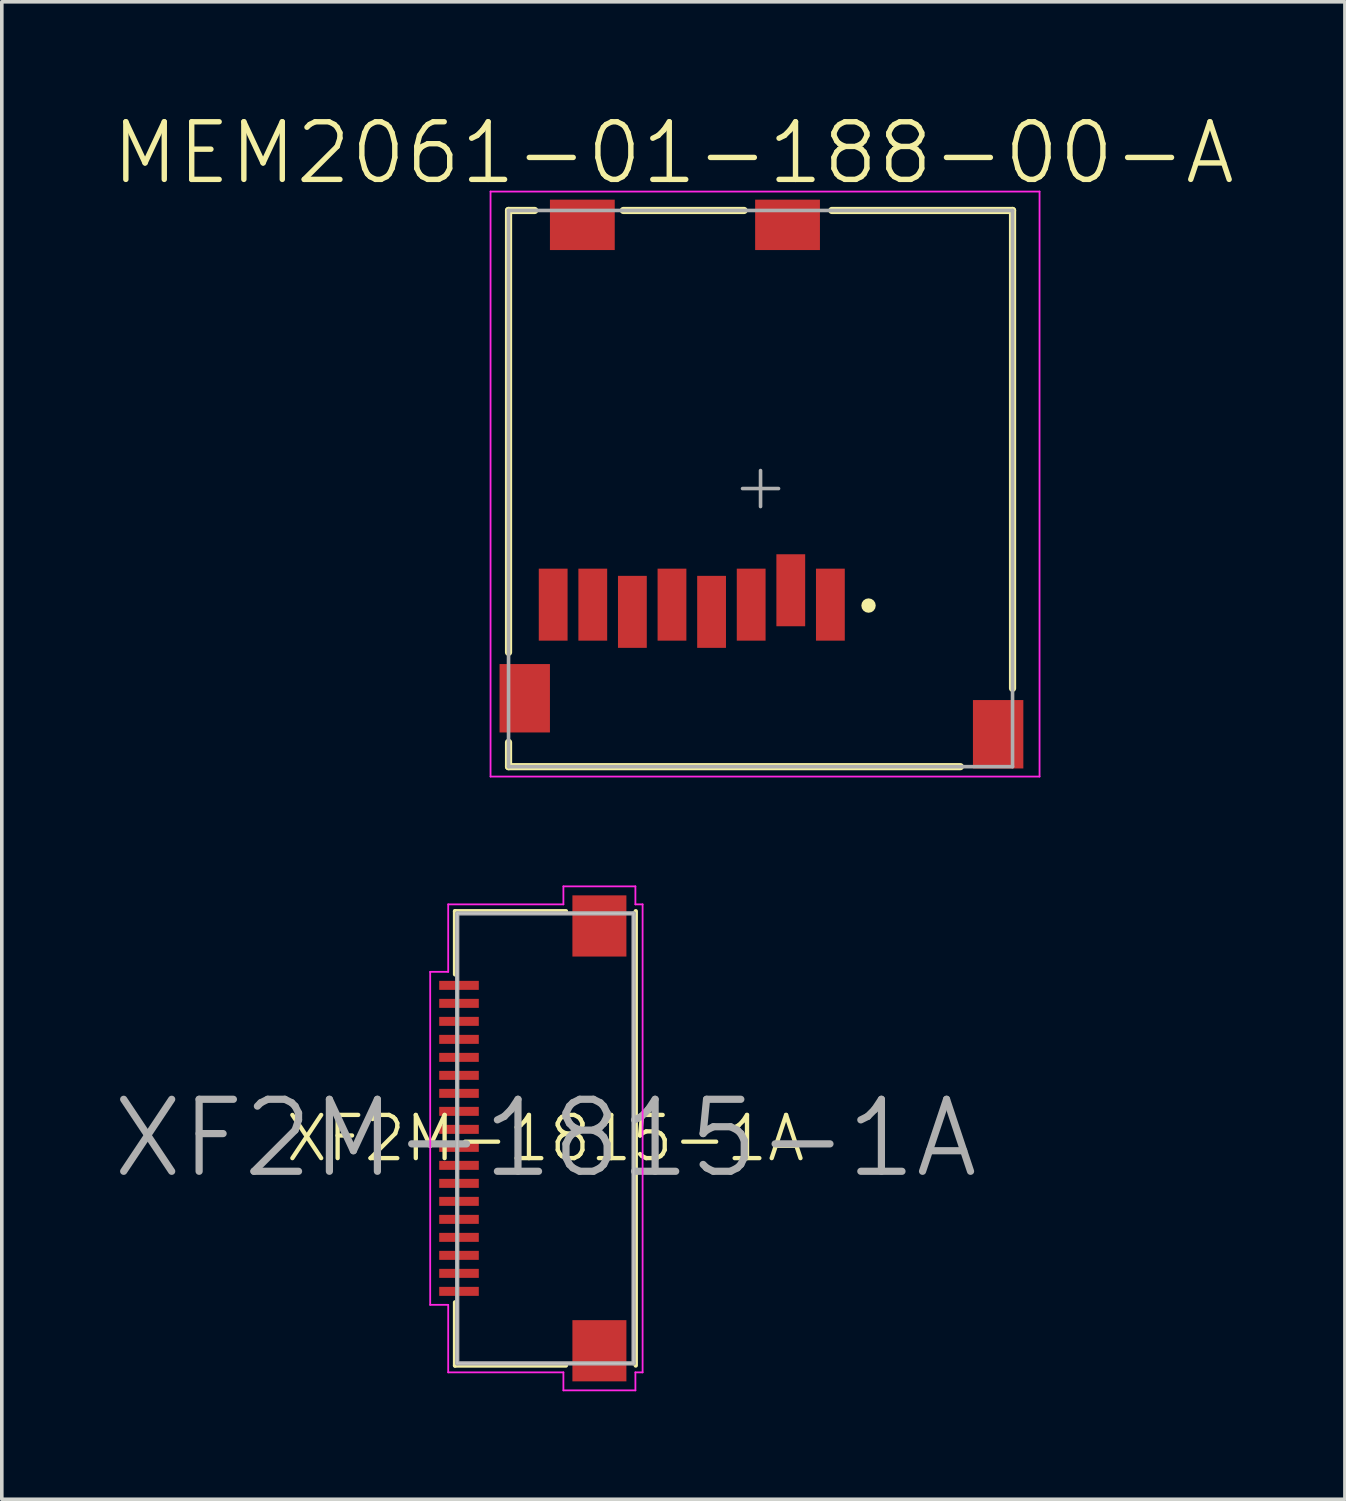
<source format=kicad_pcb>
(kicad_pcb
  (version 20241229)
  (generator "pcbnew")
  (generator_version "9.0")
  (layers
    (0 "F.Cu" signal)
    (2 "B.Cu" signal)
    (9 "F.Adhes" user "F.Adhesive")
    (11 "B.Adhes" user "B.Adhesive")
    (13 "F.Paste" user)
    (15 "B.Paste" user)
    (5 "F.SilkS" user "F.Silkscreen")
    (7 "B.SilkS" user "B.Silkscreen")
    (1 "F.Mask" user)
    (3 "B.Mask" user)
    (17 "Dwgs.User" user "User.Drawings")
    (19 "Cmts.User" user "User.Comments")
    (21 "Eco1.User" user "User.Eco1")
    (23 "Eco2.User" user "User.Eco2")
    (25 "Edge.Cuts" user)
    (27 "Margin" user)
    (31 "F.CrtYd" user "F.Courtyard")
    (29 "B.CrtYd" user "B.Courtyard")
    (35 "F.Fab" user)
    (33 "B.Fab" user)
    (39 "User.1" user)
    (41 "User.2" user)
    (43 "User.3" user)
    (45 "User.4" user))
  (footprint "MEM2061-01-188-00-A"
    (layer "F.Cu")
    (at 18.076 10.521)
    (property "Reference" "MEM2061-01-188-00-A" (at -2.421 -9.321 0) (layer "F.SilkS") (effects (font (size 1.601 1.601) (thickness 0.15))))
    (attr smd)
    (fp_line (start -7 -7.725) (end -6.274 -7.725) (stroke (width 0.2) (type solid)) (layer "F.SilkS"))
    (fp_line (start -7 4.55) (end -7 -7.725) (stroke (width 0.2) (type solid)) (layer "F.SilkS"))
    (fp_line (start -7 7.725) (end -7 7.05) (stroke (width 0.2) (type solid)) (layer "F.SilkS"))
    (fp_line (start -7 7.725) (end 5.55 7.725) (stroke (width 0.2) (type solid)) (layer "F.SilkS"))
    (fp_line (start -3.81 -7.725) (end -0.457 -7.725) (stroke (width 0.2) (type solid)) (layer "F.SilkS"))
    (fp_line (start 1.981 -7.725) (end 7 -7.725) (stroke (width 0.2) (type solid)) (layer "F.SilkS"))
    (fp_line (start 7 5.55) (end 7 -7.725) (stroke (width 0.2) (type solid)) (layer "F.SilkS"))
    (fp_circle (center 3 3.25) (end 3.1 3.25) (stroke (width 0.2) (type solid)) (fill no) (layer "F.SilkS"))
    (fp_line (start -7.5 -8.25) (end 7.75 -8.25) (stroke (width 0.05) (type solid)) (layer "F.CrtYd"))
    (fp_line (start -7.5 8) (end -7.5 -8.25) (stroke (width 0.05) (type solid)) (layer "F.CrtYd"))
    (fp_line (start 7.75 -8.25) (end 7.75 8) (stroke (width 0.05) (type solid)) (layer "F.CrtYd"))
    (fp_line (start 7.75 8) (end -7.5 8) (stroke (width 0.05) (type solid)) (layer "F.CrtYd"))
    (fp_line (start -7 -7.725) (end 7 -7.725) (stroke (width 0.1) (type solid)) (layer "F.Fab"))
    (fp_line (start -7 7.725) (end -7 -7.725) (stroke (width 0.1) (type solid)) (layer "F.Fab"))
    (fp_line (start -7 7.725) (end 7 7.725) (stroke (width 0.1) (type solid)) (layer "F.Fab"))
    (fp_line (start -0.5 0) (end 0.5 0) (stroke (width 0.1) (type solid)) (layer "F.Fab"))
    (fp_line (start 0 0.5) (end 0 -0.5) (stroke (width 0.1) (type solid)) (layer "F.Fab"))
    (fp_line (start 7 7.725) (end 7 -7.725) (stroke (width 0.1) (type solid)) (layer "F.Fab"))
    (pad "" smd rect (at 6.6 6.825) (size 1.4 1.9) (layers "F.Cu" "F.Mask" "F.Paste"))
    (pad "1" smd rect (at 1.94 3.225) (size 0.8 2) (layers "F.Cu" "F.Mask" "F.Paste"))
    (pad "2" smd rect (at 0.84 2.825) (size 0.8 2) (layers "F.Cu" "F.Mask" "F.Paste"))
    (pad "3" smd rect (at -0.26 3.225) (size 0.8 2) (layers "F.Cu" "F.Mask" "F.Paste"))
    (pad "4" smd rect (at -1.36 3.425) (size 0.8 2) (layers "F.Cu" "F.Mask" "F.Paste"))
    (pad "5" smd rect (at -2.46 3.225) (size 0.8 2) (layers "F.Cu" "F.Mask" "F.Paste"))
    (pad "6" smd rect (at -3.56 3.425) (size 0.8 2) (layers "F.Cu" "F.Mask" "F.Paste"))
    (pad "7" smd rect (at -4.66 3.225) (size 0.8 2) (layers "F.Cu" "F.Mask" "F.Paste"))
    (pad "8" smd rect (at -5.76 3.225) (size 0.8 2) (layers "F.Cu" "F.Mask" "F.Paste"))
    (pad "9" smd rect (at -4.95 -7.325) (size 1.8 1.4) (layers "F.Cu" "F.Mask" "F.Paste"))
    (pad "10" smd rect (at 0.75 -7.325) (size 1.8 1.4) (layers "F.Cu" "F.Mask" "F.Paste"))
    (pad "11" smd rect (at -6.55 5.825) (size 1.4 1.9) (layers "F.Cu" "F.Mask" "F.Paste"))
    (zone (net_name "") (layer "F.Cu") (hatch full 0.508) (connect_pads) (min_thickness 0.01) (filled_areas_thickness no) (keepout (tracks not_allowed) (vias not_allowed) (pads not_allowed) (copperpour not_allowed) (footprints allowed)) (placement (enabled no)) (fill) (polygon (pts (xy 11.065 5.346) (xy 21.446 5.346) (xy 21.446 7.421) (xy 11.065 7.421)))))
  (footprint "XF2M-1815-1A"
    (layer "F.Cu")
    (at 12.1 28.571)
    (property "Reference" "XF2M-1815-1A" (at 0 0 0) (layer "F.SilkS") (effects (font (size 1.2 1.2) (thickness 0.12))))
    (attr smd)
    (fp_line (start -2.51 -6.31) (end 0.57 -6.31) (stroke (width 0.12) (type solid)) (layer "F.SilkS"))
    (fp_line (start -2.51 -4.555) (end -2.51 -6.31) (stroke (width 0.12) (type solid)) (layer "F.SilkS"))
    (fp_line (start -2.51 6.31) (end -2.51 4.555) (stroke (width 0.12) (type solid)) (layer "F.SilkS"))
    (fp_line (start 0.57 6.31) (end -2.51 6.31) (stroke (width 0.12) (type solid)) (layer "F.SilkS"))
    (fp_line (start 2.51 -6.31) (end 2.51 6.31) (stroke (width 0.12) (type solid)) (layer "F.SilkS"))
    (fp_line (start -2.45 -6.25) (end 2.45 -6.25) (stroke (width 0.05) (type solid)) (layer "Dwgs.User"))
    (fp_line (start -2.45 6.25) (end -2.45 -6.25) (stroke (width 0.05) (type solid)) (layer "Dwgs.User"))
    (fp_line (start 2.45 -6.25) (end 2.45 6.25) (stroke (width 0.05) (type solid)) (layer "Dwgs.User"))
    (fp_line (start 2.45 6.25) (end -2.45 6.25) (stroke (width 0.05) (type solid)) (layer "Dwgs.User"))
    (fp_line (start -3.2 -4.625) (end -3.2 4.625) (stroke (width 0.05) (type solid)) (layer "F.CrtYd"))
    (fp_line (start -3.2 4.625) (end -2.7 4.625) (stroke (width 0.05) (type solid)) (layer "F.CrtYd"))
    (fp_line (start -2.7 -6.5) (end -2.7 -4.625) (stroke (width 0.05) (type solid)) (layer "F.CrtYd"))
    (fp_line (start -2.7 -4.625) (end -3.2 -4.625) (stroke (width 0.05) (type solid)) (layer "F.CrtYd"))
    (fp_line (start -2.7 4.625) (end -2.7 6.5) (stroke (width 0.05) (type solid)) (layer "F.CrtYd"))
    (fp_line (start -2.7 6.5) (end 0.5 6.5) (stroke (width 0.05) (type solid)) (layer "F.CrtYd"))
    (fp_line (start 0.5 -7) (end 0.5 -6.5) (stroke (width 0.05) (type solid)) (layer "F.CrtYd"))
    (fp_line (start 0.5 -6.5) (end -2.7 -6.5) (stroke (width 0.05) (type solid)) (layer "F.CrtYd"))
    (fp_line (start 0.5 6.5) (end 0.5 7) (stroke (width 0.05) (type solid)) (layer "F.CrtYd"))
    (fp_line (start 0.5 7) (end 2.5 7) (stroke (width 0.05) (type solid)) (layer "F.CrtYd"))
    (fp_line (start 2.5 -7) (end 0.5 -7) (stroke (width 0.05) (type solid)) (layer "F.CrtYd"))
    (fp_line (start 2.5 -6.5) (end 2.5 -7) (stroke (width 0.05) (type solid)) (layer "F.CrtYd"))
    (fp_line (start 2.5 6.5) (end 2.7 6.5) (stroke (width 0.05) (type solid)) (layer "F.CrtYd"))
    (fp_line (start 2.5 7) (end 2.5 6.5) (stroke (width 0.05) (type solid)) (layer "F.CrtYd"))
    (fp_line (start 2.7 -6.5) (end 2.5 -6.5) (stroke (width 0.05) (type solid)) (layer "F.CrtYd"))
    (fp_line (start 2.7 6.5) (end 2.7 -6.5) (stroke (width 0.05) (type solid)) (layer "F.CrtYd"))
    (fp_line (start -2.45 -6.25) (end 2.45 -6.25) (stroke (width 0.12) (type solid)) (layer "F.Fab"))
    (fp_line (start -2.45 6.25) (end -2.45 -6.25) (stroke (width 0.12) (type solid)) (layer "F.Fab"))
    (fp_line (start 2.45 -6.25) (end 2.45 6.25) (stroke (width 0.12) (type solid)) (layer "F.Fab"))
    (fp_line (start 2.45 6.25) (end -2.45 6.25) (stroke (width 0.12) (type solid)) (layer "F.Fab"))
    (fp_text user "${REFERENCE}" (at 0 0 0) (layer "F.Fab") (effects (font (size 2 2) (thickness 0.2))))
    (pad "1" smd rect (at -2.4 4.25 90) (size 0.25 1.1) (layers "F.Cu" "F.Mask" "F.Paste"))
    (pad "2" smd rect (at -2.4 3.75 90) (size 0.25 1.1) (layers "F.Cu" "F.Mask" "F.Paste"))
    (pad "3" smd rect (at -2.4 3.25 90) (size 0.25 1.1) (layers "F.Cu" "F.Mask" "F.Paste"))
    (pad "4" smd rect (at -2.4 2.75 90) (size 0.25 1.1) (layers "F.Cu" "F.Mask" "F.Paste"))
    (pad "5" smd rect (at -2.4 2.25 90) (size 0.25 1.1) (layers "F.Cu" "F.Mask" "F.Paste"))
    (pad "6" smd rect (at -2.4 1.75 90) (size 0.25 1.1) (layers "F.Cu" "F.Mask" "F.Paste"))
    (pad "7" smd rect (at -2.4 1.25 90) (size 0.25 1.1) (layers "F.Cu" "F.Mask" "F.Paste"))
    (pad "8" smd rect (at -2.4 0.75 90) (size 0.25 1.1) (layers "F.Cu" "F.Mask" "F.Paste"))
    (pad "9" smd rect (at -2.4 0.25 90) (size 0.25 1.1) (layers "F.Cu" "F.Mask" "F.Paste"))
    (pad "10" smd rect (at -2.4 -0.25 90) (size 0.25 1.1) (layers "F.Cu" "F.Mask" "F.Paste"))
    (pad "11" smd rect (at -2.4 -0.75 90) (size 0.25 1.1) (layers "F.Cu" "F.Mask" "F.Paste"))
    (pad "12" smd rect (at -2.4 -1.25 90) (size 0.25 1.1) (layers "F.Cu" "F.Mask" "F.Paste"))
    (pad "13" smd rect (at -2.4 -1.75 90) (size 0.25 1.1) (layers "F.Cu" "F.Mask" "F.Paste"))
    (pad "14" smd rect (at -2.4 -2.25 90) (size 0.25 1.1) (layers "F.Cu" "F.Mask" "F.Paste"))
    (pad "15" smd rect (at -2.4 -2.75 90) (size 0.25 1.1) (layers "F.Cu" "F.Mask" "F.Paste"))
    (pad "16" smd rect (at -2.4 -3.25 90) (size 0.25 1.1) (layers "F.Cu" "F.Mask" "F.Paste"))
    (pad "17" smd rect (at -2.4 -3.75 90) (size 0.25 1.1) (layers "F.Cu" "F.Mask" "F.Paste"))
    (pad "18" smd rect (at -2.4 -4.25 90) (size 0.25 1.1) (layers "F.Cu" "F.Mask" "F.Paste"))
    (pad "19" smd rect (at 1.5 5.9 90) (size 1.7 1.5) (layers "F.Cu" "F.Mask" "F.Paste"))
    (pad "20" smd rect (at 1.5 -5.9 90) (size 1.7 1.5) (layers "F.Cu" "F.Mask" "F.Paste")))
  (gr_rect
    (start -3 -3)
    (end 34.309 38.596)
    (stroke (width 0.1) (type default))
    (fill no)
    (layer "Edge.Cuts")))
</source>
